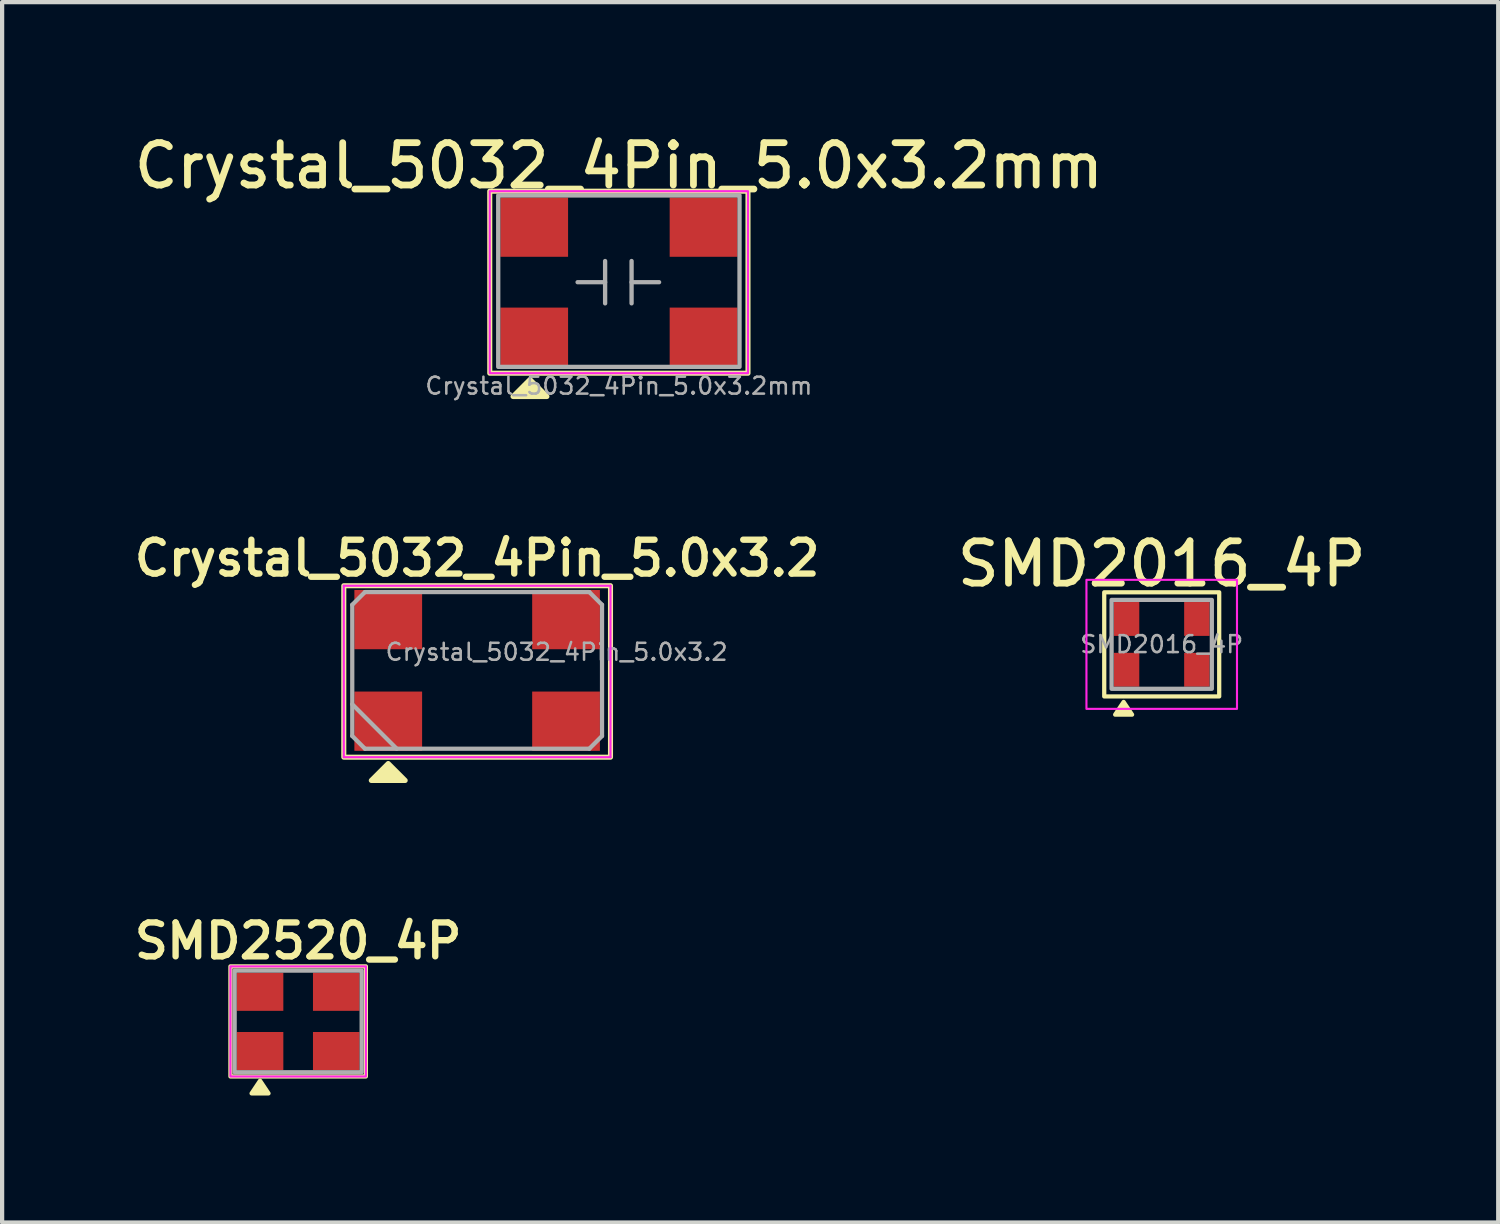
<source format=kicad_pcb>
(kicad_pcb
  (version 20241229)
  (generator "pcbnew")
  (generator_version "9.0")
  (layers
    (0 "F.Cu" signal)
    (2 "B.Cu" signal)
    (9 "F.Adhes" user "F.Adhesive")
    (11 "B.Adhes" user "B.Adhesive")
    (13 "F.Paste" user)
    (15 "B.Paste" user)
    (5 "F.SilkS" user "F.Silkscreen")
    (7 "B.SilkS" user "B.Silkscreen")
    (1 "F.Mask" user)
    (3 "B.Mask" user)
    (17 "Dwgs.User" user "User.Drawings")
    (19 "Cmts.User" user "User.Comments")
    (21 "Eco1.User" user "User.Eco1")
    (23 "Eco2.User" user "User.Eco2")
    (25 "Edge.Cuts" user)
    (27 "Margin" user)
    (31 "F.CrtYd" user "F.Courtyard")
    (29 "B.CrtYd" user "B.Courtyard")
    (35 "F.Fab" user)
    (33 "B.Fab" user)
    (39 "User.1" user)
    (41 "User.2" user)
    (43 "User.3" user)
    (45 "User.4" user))
  (footprint "SMD2016_4P"
    (layer "F.Cu")
    (at 24.392 12.171)
    (property "Reference" "SMD2016_4P" (at 0 -1.9 0) (unlocked yes) (layer "F.SilkS") (effects (font (size 1 1) (thickness 0.16))))
    (attr smd)
    (fp_rect (start -1.358 -1.23) (end 1.358 1.23) (stroke (width 0.1) (type default)) (fill no) (layer "F.SilkS"))
    (fp_poly (pts (xy -0.9 1.36) (xy -1.1 1.66) (xy -0.7 1.66)) (stroke (width 0.1) (type solid)) (fill yes) (layer "F.SilkS"))
    (fp_rect (start -1.778 -1.524) (end 1.778 1.524) (stroke (width 0.05) (type default)) (fill no) (layer "F.CrtYd"))
    (fp_rect (start -1.184 -1.05) (end 1.184 1.05) (stroke (width 0.1) (type default)) (fill no) (layer "F.Fab"))
    (fp_text user "${REFERENCE}" (at 0 0 0) (unlocked yes) (layer "F.Fab") (effects (font (size 0.4 0.4) (thickness 0.06))))
    (pad "1" smd rect (at -0.83 0.6) (size 0.6 0.8) (layers "F.Cu" "F.Mask" "F.Paste"))
    (pad "2" smd rect (at 0.83 0.6) (size 0.6 0.8) (layers "F.Cu" "F.Mask" "F.Paste"))
    (pad "3" smd rect (at 0.83 -0.6) (size 0.6 0.8) (layers "F.Cu" "F.Mask" "F.Paste"))
    (pad "4" smd rect (at -0.83 -0.6) (size 0.6 0.8) (layers "F.Cu" "F.Mask" "F.Paste")))
  (footprint "SMD2520_4P"
    (layer "F.Cu")
    (at 3.993 21.078)
    (property "Reference" "SMD2520_4P" (at 0 -1.9 0) (unlocked yes) (layer "F.SilkS") (effects (font (size 0.8 0.8) (thickness 0.15))))
    (attr smd)
    (fp_rect (start -1.6 -1.3) (end 1.6 1.3) (stroke (width 0.1) (type default)) (fill no) (layer "F.SilkS"))
    (fp_poly (pts (xy -0.9 1.4) (xy -1.1 1.7) (xy -0.7 1.7)) (stroke (width 0.1) (type solid)) (fill yes) (layer "F.SilkS"))
    (fp_rect (start -1.6 -1.3) (end 1.6 1.3) (stroke (width 0.05) (type default)) (fill no) (layer "F.CrtYd"))
    (fp_rect (start -1.5 -1.2) (end 1.5 1.2) (stroke (width 0.1) (type default)) (fill no) (layer "F.Fab"))
    (pad "1" smd rect (at -0.9 0.7) (size 1.1 0.9) (layers "F.Cu" "F.Mask" "F.Paste"))
    (pad "2" smd rect (at 0.9 0.7) (size 1.1 0.9) (layers "F.Cu" "F.Mask" "F.Paste"))
    (pad "3" smd rect (at 0.9 -0.7) (size 1.1 0.9) (layers "F.Cu" "F.Mask" "F.Paste"))
    (pad "4" smd rect (at -0.9 -0.7) (size 1.1 0.9) (layers "F.Cu" "F.Mask" "F.Paste")))
  (footprint "Crystal_5032_4Pin_5.0x3.2"
    (layer "F.Cu")
    (at 8.221 12.786)
    (property "Reference" "Crystal_5032_4Pin_5.0x3.2" (at 0 -2.65 0) (unlocked yes) (layer "F.SilkS") (effects (font (size 0.8 0.8) (thickness 0.15))))
    (attr smd)
    (fp_rect (start -3.15 -2) (end 3.15 2.05) (stroke (width 0.12) (type default)) (fill no) (layer "F.SilkS"))
    (fp_poly (pts (xy -2.1 2.2) (xy -2.5 2.6) (xy -1.7 2.6)) (stroke (width 0.12) (type solid)) (fill yes) (layer "F.SilkS"))
    (fp_line (start -3.15 -2) (end -3.15 2.05) (stroke (width 0.05) (type default)) (layer "F.CrtYd"))
    (fp_line (start -3.15 2.05) (end 3.15 2.05) (stroke (width 0.05) (type default)) (layer "F.CrtYd"))
    (fp_line (start 3.15 -2) (end -3.15 -2) (stroke (width 0.05) (type default)) (layer "F.CrtYd"))
    (fp_line (start 3.15 2.05) (end 3.15 -2) (stroke (width 0.05) (type default)) (layer "F.CrtYd"))
    (fp_line (start -2.95 -1.55) (end -2.95 1.55) (stroke (width 0.1) (type default)) (layer "F.Fab"))
    (fp_line (start -2.65 -1.85) (end -2.95 -1.55) (stroke (width 0.1) (type default)) (layer "F.Fab"))
    (fp_line (start -2.65 1.85) (end -2.95 1.55) (stroke (width 0.1) (type default)) (layer "F.Fab"))
    (fp_line (start -2.65 1.85) (end 2.65 1.85) (stroke (width 0.1) (type default)) (layer "F.Fab"))
    (fp_line (start -1.9 1.85) (end -2.95 0.8) (stroke (width 0.1) (type default)) (layer "F.Fab"))
    (fp_line (start 2.65 -1.85) (end -2.65 -1.85) (stroke (width 0.1) (type default)) (layer "F.Fab"))
    (fp_line (start 2.65 -1.85) (end 2.95 -1.55) (stroke (width 0.1) (type default)) (layer "F.Fab"))
    (fp_line (start 2.65 1.85) (end 2.95 1.55) (stroke (width 0.1) (type default)) (layer "F.Fab"))
    (fp_line (start 2.95 1.55) (end 2.95 -1.55) (stroke (width 0.1) (type default)) (layer "F.Fab"))
    (fp_text user "${REFERENCE}" (at -2.2 -0.2 0) (unlocked yes) (layer "F.Fab") (effects (font (size 0.4 0.4) (thickness 0.06)) (justify left bottom)))
    (pad "1" smd rect (at -2.1 1.2) (size 1.6 1.4) (layers "F.Cu" "F.Mask" "F.Paste"))
    (pad "2" smd rect (at 2.1 1.2) (size 1.6 1.4) (layers "F.Cu" "F.Mask" "F.Paste"))
    (pad "3" smd rect (at 2.1 -1.2) (size 1.6 1.4) (layers "F.Cu" "F.Mask" "F.Paste"))
    (pad "4" smd rect (at -2.1 -1.2) (size 1.6 1.4) (layers "F.Cu" "F.Mask" "F.Paste")))
  (footprint "Crystal_5032_4Pin_5.0x3.2mm"
    (layer "F.Cu")
    (at 11.569 3.616)
    (property "Reference" "Crystal_5032_4Pin_5.0x3.2mm" (at 0 -2.75 0) (unlocked yes) (layer "F.SilkS") (effects (font (size 1 1) (thickness 0.16))))
    (attr smd)
    (fp_rect (start -3.05 -2.15) (end 3.05 2.15) (stroke (width 0.12) (type default)) (fill no) (layer "F.SilkS"))
    (fp_poly (pts (xy -2.1 2.3) (xy -2.5 2.7) (xy -1.7 2.7)) (stroke (width 0.12) (type solid)) (fill yes) (layer "F.SilkS"))
    (fp_rect (start -3.05 -2.15) (end 3.05 2.15) (stroke (width 0.05) (type default)) (fill no) (layer "F.CrtYd"))
    (fp_line (start -0.975 0) (end -0.325 0) (stroke (width 0.102) (type default)) (layer "F.Fab"))
    (fp_line (start -0.325 -0.5) (end -0.325 0.5) (stroke (width 0.102) (type default)) (layer "F.Fab"))
    (fp_line (start 0.3 -0.5) (end 0.3 0.5) (stroke (width 0.102) (type default)) (layer "F.Fab"))
    (fp_line (start 0.3 0) (end 0.95 0) (stroke (width 0.102) (type default)) (layer "F.Fab"))
    (fp_rect (start -2.85 -2.05) (end 2.85 2) (stroke (width 0.102) (type default)) (fill no) (layer "F.Fab"))
    (fp_text user "${REFERENCE}" (at 0 2.45 0) (unlocked yes) (layer "F.Fab") (effects (font (size 0.4 0.4) (thickness 0.06))))
    (pad "1" smd rect (at -2 1.3) (size 1.6 1.4) (layers "F.Cu" "F.Mask" "F.Paste"))
    (pad "2" smd rect (at 2 1.3) (size 1.6 1.4) (layers "F.Cu" "F.Mask" "F.Paste"))
    (pad "3" smd rect (at 2 -1.3) (size 1.6 1.4) (layers "F.Cu" "F.Mask" "F.Paste"))
    (pad "4" smd rect (at -2 -1.3) (size 1.6 1.4) (layers "F.Cu" "F.Mask" "F.Paste")))
  (gr_rect
    (start -3 -3)
    (end 32.341 25.828)
    (stroke (width 0.1) (type default))
    (fill no)
    (layer "Edge.Cuts")))
</source>
